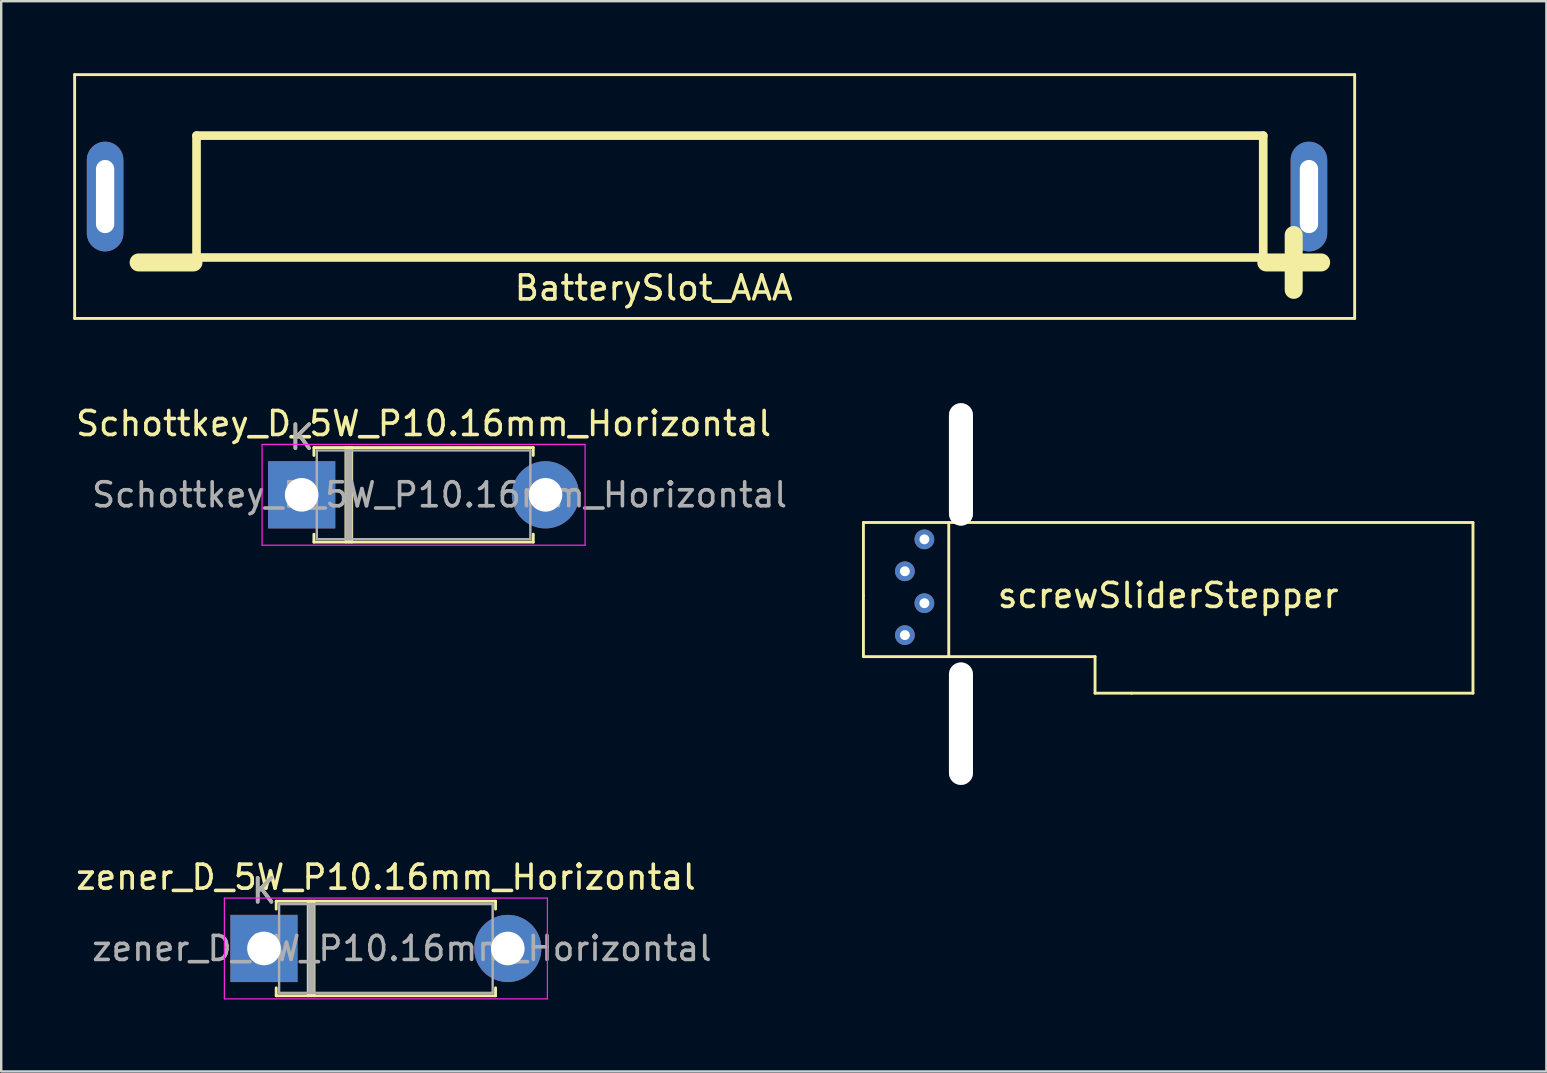
<source format=kicad_pcb>
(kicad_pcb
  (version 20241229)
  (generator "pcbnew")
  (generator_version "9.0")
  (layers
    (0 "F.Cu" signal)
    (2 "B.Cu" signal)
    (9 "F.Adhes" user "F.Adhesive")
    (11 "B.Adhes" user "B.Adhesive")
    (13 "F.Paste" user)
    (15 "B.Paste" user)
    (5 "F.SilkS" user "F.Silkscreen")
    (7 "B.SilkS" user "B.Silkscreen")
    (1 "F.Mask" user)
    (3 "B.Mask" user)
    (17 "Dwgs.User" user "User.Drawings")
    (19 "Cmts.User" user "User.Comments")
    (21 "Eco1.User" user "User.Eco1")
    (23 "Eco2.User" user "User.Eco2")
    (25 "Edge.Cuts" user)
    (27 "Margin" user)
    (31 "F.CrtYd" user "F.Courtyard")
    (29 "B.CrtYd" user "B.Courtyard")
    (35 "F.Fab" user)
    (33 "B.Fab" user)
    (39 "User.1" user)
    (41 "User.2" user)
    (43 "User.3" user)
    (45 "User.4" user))
  (footprint "BatterySlot_AAA"
    (layer "F.Cu")
    (at 14.03 5.14)
    (property "Reference" "BatterySlot_AAA" (at 10.16 3.81 0) (layer "F.SilkS") (effects (font (size 1 1) (thickness 0.15))))
    (attr through_hole)
    (fp_line (start -13.97 -5.08) (end -13.97 5.08) (stroke (width 0.12) (type solid)) (layer "F.SilkS"))
    (fp_line (start -13.97 5.08) (end 39.37 5.08) (stroke (width 0.12) (type solid)) (layer "F.SilkS"))
    (fp_line (start -8.89 -2.54) (end -8.89 2.54) (stroke (width 0.36) (type solid)) (layer "F.SilkS"))
    (fp_line (start -8.89 2.54) (end 35.56 2.54) (stroke (width 0.36) (type solid)) (layer "F.SilkS"))
    (fp_line (start 35.56 -2.54) (end -8.89 -2.54) (stroke (width 0.36) (type solid)) (layer "F.SilkS"))
    (fp_line (start 35.56 2.54) (end 35.56 -2.54) (stroke (width 0.36) (type solid)) (layer "F.SilkS"))
    (fp_line (start 39.37 -5.08) (end -13.97 -5.08) (stroke (width 0.12) (type solid)) (layer "F.SilkS"))
    (fp_line (start 39.37 5.08) (end 39.37 -5.08) (stroke (width 0.12) (type solid)) (layer "F.SilkS"))
    (fp_text user "-" (at -10.16 2.54 0) (layer "F.SilkS") (effects (font (size 3 3) (thickness 0.75))))
    (fp_text user "+" (at 36.83 2.54 0) (layer "F.SilkS") (effects (font (size 3 3) (thickness 0.75))))
    (pad "GND@" thru_hole oval (at -12.7 0) (size 1.524 4.572) (drill oval 0.762 3.048) (layers "*.Cu" "*.Mask"))
    (pad "PWR@" thru_hole oval (at 37.465 0) (size 1.524 4.572) (drill oval 0.762 3.048) (layers "*.Cu" "*.Mask")))
  (footprint "zener_D_5W_P10.16mm_Horizontal"
    (layer "F.Cu")
    (at 7.95 36.474)
    (property "Reference" "zener_D_5W_P10.16mm_Horizontal" (at 5.08 -2.97 0) (layer "F.SilkS") (effects (font (size 1 1) (thickness 0.15))))
    (attr through_hole)
    (fp_line (start 0.51 -1.97) (end 9.65 -1.97) (stroke (width 0.12) (type solid)) (layer "F.SilkS"))
    (fp_line (start 0.51 -1.64) (end 0.51 -1.97) (stroke (width 0.12) (type solid)) (layer "F.SilkS"))
    (fp_line (start 0.51 1.64) (end 0.51 1.97) (stroke (width 0.12) (type solid)) (layer "F.SilkS"))
    (fp_line (start 0.51 1.97) (end 9.65 1.97) (stroke (width 0.12) (type solid)) (layer "F.SilkS"))
    (fp_line (start 1.845 -1.97) (end 1.845 1.97) (stroke (width 0.12) (type solid)) (layer "F.SilkS"))
    (fp_line (start 1.965 -1.97) (end 1.965 1.97) (stroke (width 0.12) (type solid)) (layer "F.SilkS"))
    (fp_line (start 2.085 -1.97) (end 2.085 1.97) (stroke (width 0.12) (type solid)) (layer "F.SilkS"))
    (fp_line (start 9.65 -1.97) (end 9.65 -1.64) (stroke (width 0.12) (type solid)) (layer "F.SilkS"))
    (fp_line (start 9.65 1.97) (end 9.65 1.64) (stroke (width 0.12) (type solid)) (layer "F.SilkS"))
    (fp_line (start -1.65 -2.1) (end -1.65 2.1) (stroke (width 0.05) (type solid)) (layer "F.CrtYd"))
    (fp_line (start -1.65 2.1) (end 11.81 2.1) (stroke (width 0.05) (type solid)) (layer "F.CrtYd"))
    (fp_line (start 11.81 -2.1) (end -1.65 -2.1) (stroke (width 0.05) (type solid)) (layer "F.CrtYd"))
    (fp_line (start 11.81 2.1) (end 11.81 -2.1) (stroke (width 0.05) (type solid)) (layer "F.CrtYd"))
    (fp_line (start 0 0) (end 0.63 0) (stroke (width 0.1) (type solid)) (layer "F.Fab"))
    (fp_line (start 0.63 -1.85) (end 0.63 1.85) (stroke (width 0.1) (type solid)) (layer "F.Fab"))
    (fp_line (start 0.63 1.85) (end 9.53 1.85) (stroke (width 0.1) (type solid)) (layer "F.Fab"))
    (fp_line (start 1.865 -1.85) (end 1.865 1.85) (stroke (width 0.1) (type solid)) (layer "F.Fab"))
    (fp_line (start 1.965 -1.85) (end 1.965 1.85) (stroke (width 0.1) (type solid)) (layer "F.Fab"))
    (fp_line (start 2.065 -1.85) (end 2.065 1.85) (stroke (width 0.1) (type solid)) (layer "F.Fab"))
    (fp_line (start 9.53 -1.85) (end 0.63 -1.85) (stroke (width 0.1) (type solid)) (layer "F.Fab"))
    (fp_line (start 9.53 1.85) (end 9.53 -1.85) (stroke (width 0.1) (type solid)) (layer "F.Fab"))
    (fp_line (start 10.16 0) (end 9.53 0) (stroke (width 0.1) (type solid)) (layer "F.Fab"))
    (fp_text user "K" (at 0 -2.4 0) (layer "F.SilkS") (effects (font (size 1 1) (thickness 0.15))))
    (fp_text user "${REFERENCE}" (at 5.747 0 0) (layer "F.Fab") (effects (font (size 1 1) (thickness 0.15))))
    (fp_text user "K" (at 0 -2.4 0) (layer "F.Fab") (effects (font (size 1 1) (thickness 0.15))))
    (pad "A" thru_hole oval (at 10.16 0) (size 2.8 2.8) (drill 1.4) (layers "*.Cu" "*.Mask"))
    (pad "K" thru_hole rect (at 0 0) (size 2.8 2.8) (drill 1.4) (layers "*.Cu" "*.Mask")))
  (footprint "screwSliderStepper"
    (layer "F.Cu")
    (at 45.63 21.264)
    (property "Reference" "screwSliderStepper" (at 0 0.5 0) (layer "F.SilkS") (effects (font (size 1 1) (thickness 0.15))))
    (attr through_hole)
    (fp_line (start -12.7 -2.54) (end -9.144 -2.54) (stroke (width 0.12) (type solid)) (layer "F.SilkS"))
    (fp_line (start -12.7 0.508) (end -12.7 -2.54) (stroke (width 0.12) (type solid)) (layer "F.SilkS"))
    (fp_line (start -12.7 3.048) (end -12.7 0.508) (stroke (width 0.12) (type solid)) (layer "F.SilkS"))
    (fp_line (start -9.144 -2.54) (end -9.144 3.048) (stroke (width 0.12) (type solid)) (layer "F.SilkS"))
    (fp_line (start -9.144 -2.54) (end 12.7 -2.54) (stroke (width 0.12) (type solid)) (layer "F.SilkS"))
    (fp_line (start -9.144 3.048) (end -12.7 3.048) (stroke (width 0.12) (type solid)) (layer "F.SilkS"))
    (fp_line (start -3.048 3.048) (end -9.144 3.048) (stroke (width 0.12) (type solid)) (layer "F.SilkS"))
    (fp_line (start -3.048 4.572) (end -3.048 3.048) (stroke (width 0.12) (type solid)) (layer "F.SilkS"))
    (fp_line (start -1.524 4.572) (end -3.048 4.572) (stroke (width 0.12) (type solid)) (layer "F.SilkS"))
    (fp_line (start 12.7 -2.54) (end 12.7 4.572) (stroke (width 0.12) (type solid)) (layer "F.SilkS"))
    (fp_line (start 12.7 4.572) (end -1.524 4.572) (stroke (width 0.12) (type solid)) (layer "F.SilkS"))
    (pad "1" thru_hole circle (at -10.16 -1.838) (size 0.823 0.823) (drill 0.411) (layers "*.Cu" "*.Mask"))
    (pad "2" thru_hole circle (at -10.973 -0.508) (size 0.823 0.823) (drill 0.411) (layers "*.Cu" "*.Mask"))
    (pad "3" thru_hole circle (at -10.16 0.822) (size 0.823 0.823) (drill 0.411) (layers "*.Cu" "*.Mask"))
    (pad "4" thru_hole circle (at -10.973 2.152) (size 0.823 0.823) (drill 0.411) (layers "*.Cu" "*.Mask"))
    (pad "5" thru_hole oval (at -8.636 -4.962) (size 1 5.1) (drill oval 1 5.1) (layers "*.Cu" "*.Mask"))
    (pad "6" thru_hole oval (at -8.636 5.842) (size 1 5.1) (drill oval 1 5.1) (layers "*.Cu" "*.Mask")))
  (footprint "Schottkey_D_5W_P10.16mm_Horizontal"
    (layer "F.Cu")
    (at 9.521 17.57)
    (property "Reference" "Schottkey_D_5W_P10.16mm_Horizontal" (at 5.08 -2.97 0) (layer "F.SilkS") (effects (font (size 1 1) (thickness 0.15))))
    (attr through_hole)
    (fp_line (start 0.51 -1.97) (end 9.65 -1.97) (stroke (width 0.12) (type solid)) (layer "F.SilkS"))
    (fp_line (start 0.51 -1.64) (end 0.51 -1.97) (stroke (width 0.12) (type solid)) (layer "F.SilkS"))
    (fp_line (start 0.51 1.64) (end 0.51 1.97) (stroke (width 0.12) (type solid)) (layer "F.SilkS"))
    (fp_line (start 0.51 1.97) (end 9.65 1.97) (stroke (width 0.12) (type solid)) (layer "F.SilkS"))
    (fp_line (start 1.845 -1.97) (end 1.845 1.97) (stroke (width 0.12) (type solid)) (layer "F.SilkS"))
    (fp_line (start 1.965 -1.97) (end 1.965 1.97) (stroke (width 0.12) (type solid)) (layer "F.SilkS"))
    (fp_line (start 2.085 -1.97) (end 2.085 1.97) (stroke (width 0.12) (type solid)) (layer "F.SilkS"))
    (fp_line (start 9.65 -1.97) (end 9.65 -1.64) (stroke (width 0.12) (type solid)) (layer "F.SilkS"))
    (fp_line (start 9.65 1.97) (end 9.65 1.64) (stroke (width 0.12) (type solid)) (layer "F.SilkS"))
    (fp_line (start -1.65 -2.1) (end -1.65 2.1) (stroke (width 0.05) (type solid)) (layer "F.CrtYd"))
    (fp_line (start -1.65 2.1) (end 11.81 2.1) (stroke (width 0.05) (type solid)) (layer "F.CrtYd"))
    (fp_line (start 11.81 -2.1) (end -1.65 -2.1) (stroke (width 0.05) (type solid)) (layer "F.CrtYd"))
    (fp_line (start 11.81 2.1) (end 11.81 -2.1) (stroke (width 0.05) (type solid)) (layer "F.CrtYd"))
    (fp_line (start 0 0) (end 0.63 0) (stroke (width 0.1) (type solid)) (layer "F.Fab"))
    (fp_line (start 0.63 -1.85) (end 0.63 1.85) (stroke (width 0.1) (type solid)) (layer "F.Fab"))
    (fp_line (start 0.63 1.85) (end 9.53 1.85) (stroke (width 0.1) (type solid)) (layer "F.Fab"))
    (fp_line (start 1.865 -1.85) (end 1.865 1.85) (stroke (width 0.1) (type solid)) (layer "F.Fab"))
    (fp_line (start 1.965 -1.85) (end 1.965 1.85) (stroke (width 0.1) (type solid)) (layer "F.Fab"))
    (fp_line (start 2.065 -1.85) (end 2.065 1.85) (stroke (width 0.1) (type solid)) (layer "F.Fab"))
    (fp_line (start 9.53 -1.85) (end 0.63 -1.85) (stroke (width 0.1) (type solid)) (layer "F.Fab"))
    (fp_line (start 9.53 1.85) (end 9.53 -1.85) (stroke (width 0.1) (type solid)) (layer "F.Fab"))
    (fp_line (start 10.16 0) (end 9.53 0) (stroke (width 0.1) (type solid)) (layer "F.Fab"))
    (fp_text user "K" (at 0 -2.4 0) (layer "F.SilkS") (effects (font (size 1 1) (thickness 0.15))))
    (fp_text user "${REFERENCE}" (at 5.747 0 0) (layer "F.Fab") (effects (font (size 1 1) (thickness 0.15))))
    (fp_text user "K" (at 0 -2.4 0) (layer "F.Fab") (effects (font (size 1 1) (thickness 0.15))))
    (pad "A" thru_hole oval (at 10.16 0) (size 2.8 2.8) (drill 1.4) (layers "*.Cu" "*.Mask"))
    (pad "C" thru_hole rect (at 0 0) (size 2.8 2.8) (drill 1.4) (layers "*.Cu" "*.Mask")))
  (gr_rect
    (start -3 -3)
    (end 61.39 41.599)
    (stroke (width 0.1) (type default))
    (fill no)
    (layer "Edge.Cuts")))
</source>
